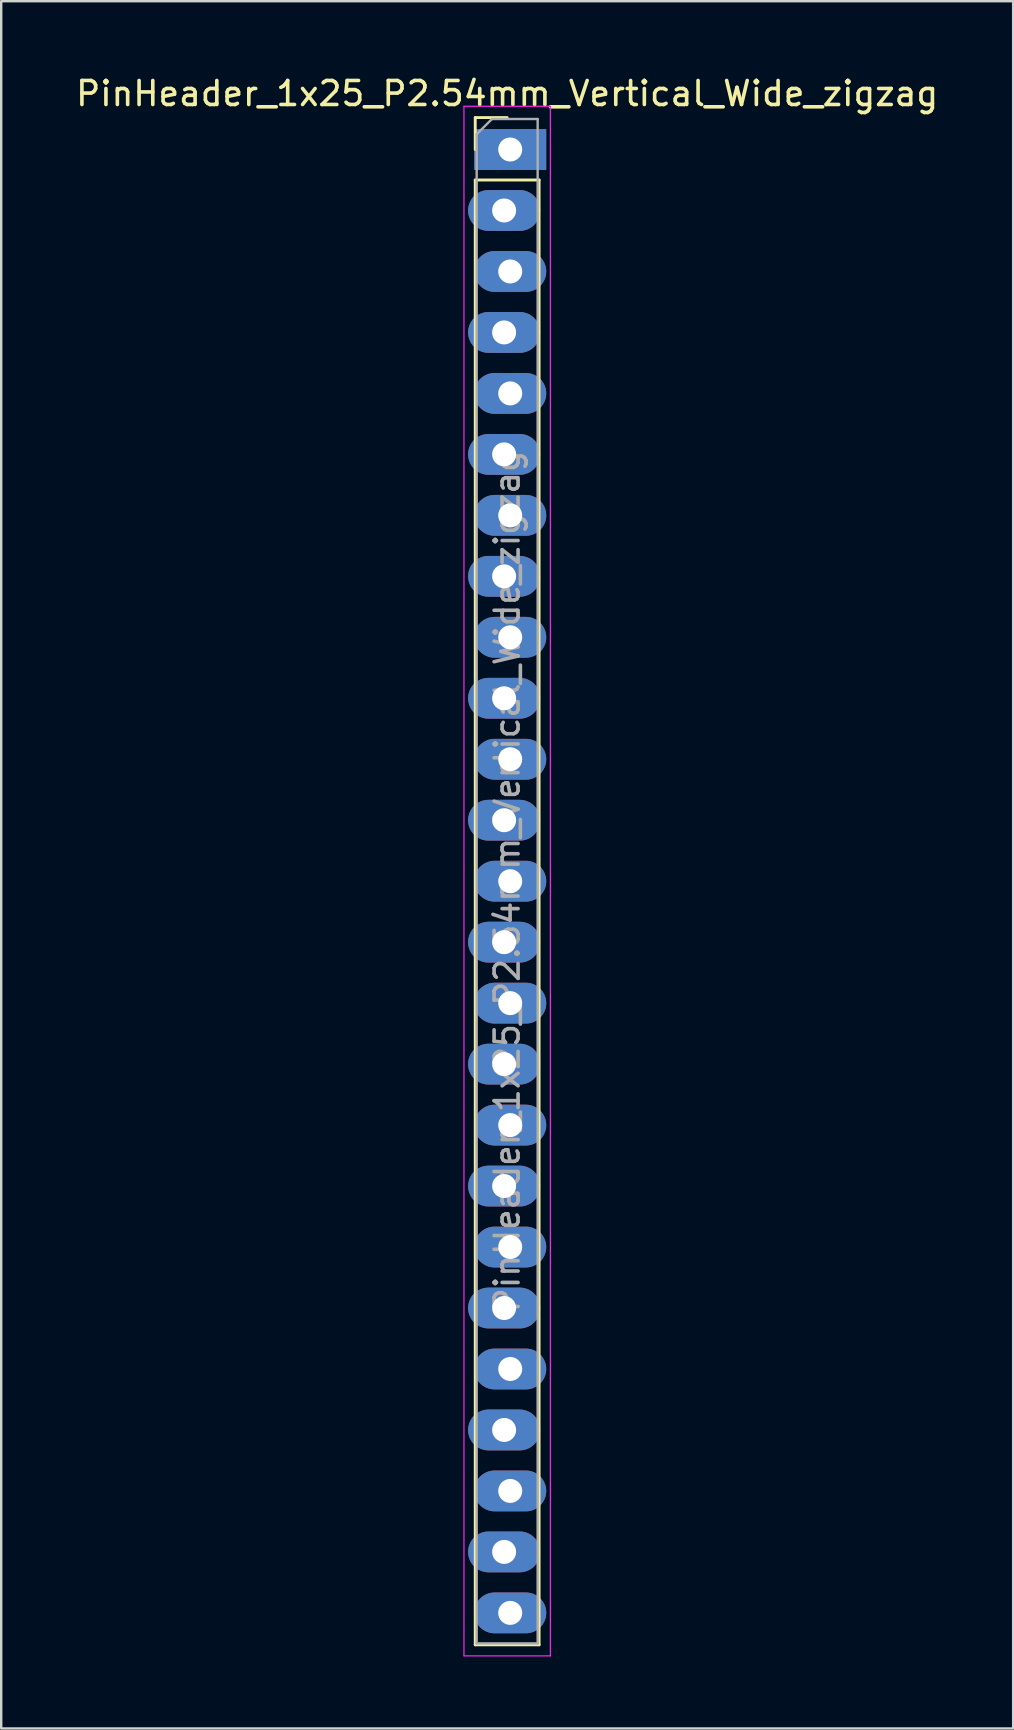
<source format=kicad_pcb>
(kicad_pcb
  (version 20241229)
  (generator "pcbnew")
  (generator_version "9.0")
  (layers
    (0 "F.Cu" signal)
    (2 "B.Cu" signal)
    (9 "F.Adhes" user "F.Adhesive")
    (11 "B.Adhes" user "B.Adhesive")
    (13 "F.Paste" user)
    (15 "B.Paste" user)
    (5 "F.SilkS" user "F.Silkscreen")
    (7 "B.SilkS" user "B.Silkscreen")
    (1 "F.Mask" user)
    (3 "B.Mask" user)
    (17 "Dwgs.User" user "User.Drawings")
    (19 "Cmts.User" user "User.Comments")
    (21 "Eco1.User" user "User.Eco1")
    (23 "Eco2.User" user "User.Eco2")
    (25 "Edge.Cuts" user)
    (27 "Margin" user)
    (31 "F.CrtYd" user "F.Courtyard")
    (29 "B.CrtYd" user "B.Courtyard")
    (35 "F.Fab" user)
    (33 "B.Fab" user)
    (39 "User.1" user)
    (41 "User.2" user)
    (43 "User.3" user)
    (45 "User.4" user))
  (footprint "PinHeader_1x25_P2.54mm_Vertical_Wide_zigzag"
    (layer "F.Cu")
    (at 18.077 3.178)
    (property "Reference" "PinHeader_1x25_P2.54mm_Vertical_Wide_zigzag" (at 0 -2.33 0) (layer "F.SilkS") (effects (font (size 1 1) (thickness 0.15))))
    (attr through_hole)
    (fp_line (start -1.33 -1.33) (end 0 -1.33) (stroke (width 0.12) (type solid)) (layer "F.SilkS"))
    (fp_line (start -1.33 0) (end -1.33 -1.33) (stroke (width 0.12) (type solid)) (layer "F.SilkS"))
    (fp_line (start -1.33 1.27) (end -1.33 62.29) (stroke (width 0.12) (type solid)) (layer "F.SilkS"))
    (fp_line (start -1.33 1.27) (end 1.33 1.27) (stroke (width 0.12) (type solid)) (layer "F.SilkS"))
    (fp_line (start -1.33 62.29) (end 1.33 62.29) (stroke (width 0.12) (type solid)) (layer "F.SilkS"))
    (fp_line (start 1.33 1.27) (end 1.33 62.29) (stroke (width 0.12) (type solid)) (layer "F.SilkS"))
    (fp_line (start -1.8 -1.8) (end -1.8 62.75) (stroke (width 0.05) (type solid)) (layer "F.CrtYd"))
    (fp_line (start -1.8 62.75) (end 1.8 62.75) (stroke (width 0.05) (type solid)) (layer "F.CrtYd"))
    (fp_line (start 1.8 -1.8) (end -1.8 -1.8) (stroke (width 0.05) (type solid)) (layer "F.CrtYd"))
    (fp_line (start 1.8 62.75) (end 1.8 -1.8) (stroke (width 0.05) (type solid)) (layer "F.CrtYd"))
    (fp_line (start -1.27 -0.635) (end -0.635 -1.27) (stroke (width 0.1) (type solid)) (layer "F.Fab"))
    (fp_line (start -1.27 62.23) (end -1.27 -0.635) (stroke (width 0.1) (type solid)) (layer "F.Fab"))
    (fp_line (start -0.635 -1.27) (end 1.27 -1.27) (stroke (width 0.1) (type solid)) (layer "F.Fab"))
    (fp_line (start 1.27 -1.27) (end 1.27 62.23) (stroke (width 0.1) (type solid)) (layer "F.Fab"))
    (fp_line (start 1.27 62.23) (end -1.27 62.23) (stroke (width 0.1) (type solid)) (layer "F.Fab"))
    (fp_text user "${REFERENCE}" (at 0 30.48 90) (layer "F.Fab") (effects (font (size 1 1) (thickness 0.15))))
    (pad "1" thru_hole rect (at 0.127 0) (size 3 1.7) (drill 1) (layers "*.Cu" "*.Mask"))
    (pad "2" thru_hole oval (at -0.127 2.54) (size 3 1.7) (drill 1) (layers "*.Cu" "*.Mask"))
    (pad "3" thru_hole oval (at 0.127 5.08) (size 3 1.7) (drill 1) (layers "*.Cu" "*.Mask"))
    (pad "4" thru_hole oval (at -0.127 7.62) (size 3 1.7) (drill 1) (layers "*.Cu" "*.Mask"))
    (pad "5" thru_hole oval (at 0.127 10.16) (size 3 1.7) (drill 1) (layers "*.Cu" "*.Mask"))
    (pad "6" thru_hole oval (at -0.127 12.7) (size 3 1.7) (drill 1) (layers "*.Cu" "*.Mask"))
    (pad "7" thru_hole oval (at 0.127 15.24) (size 3 1.7) (drill 1) (layers "*.Cu" "*.Mask"))
    (pad "8" thru_hole oval (at -0.127 17.78) (size 3 1.7) (drill 1) (layers "*.Cu" "*.Mask"))
    (pad "9" thru_hole oval (at 0.127 20.32) (size 3 1.7) (drill 1) (layers "*.Cu" "*.Mask"))
    (pad "10" thru_hole oval (at -0.127 22.86) (size 3 1.7) (drill 1) (layers "*.Cu" "*.Mask"))
    (pad "11" thru_hole oval (at 0.127 25.4) (size 3 1.7) (drill 1) (layers "*.Cu" "*.Mask"))
    (pad "12" thru_hole oval (at -0.127 27.94) (size 3 1.7) (drill 1) (layers "*.Cu" "*.Mask"))
    (pad "13" thru_hole oval (at 0.127 30.48) (size 3 1.7) (drill 1) (layers "*.Cu" "*.Mask"))
    (pad "14" thru_hole oval (at -0.127 33.02) (size 3 1.7) (drill 1) (layers "*.Cu" "*.Mask"))
    (pad "15" thru_hole oval (at 0.127 35.56) (size 3 1.7) (drill 1) (layers "*.Cu" "*.Mask"))
    (pad "16" thru_hole oval (at -0.127 38.1) (size 3 1.7) (drill 1) (layers "*.Cu" "*.Mask"))
    (pad "17" thru_hole oval (at 0.127 40.64) (size 3 1.7) (drill 1) (layers "*.Cu" "*.Mask"))
    (pad "18" thru_hole oval (at -0.127 43.18) (size 3 1.7) (drill 1) (layers "*.Cu" "*.Mask"))
    (pad "19" thru_hole oval (at 0.127 45.72) (size 3 1.7) (drill 1) (layers "*.Cu" "*.Mask"))
    (pad "20" thru_hole oval (at -0.127 48.26) (size 3 1.7) (drill 1) (layers "*.Cu" "*.Mask"))
    (pad "21" thru_hole oval (at 0.127 50.8) (size 3 1.7) (drill 1) (layers "*.Cu" "*.Mask"))
    (pad "22" thru_hole oval (at -0.127 53.34) (size 3 1.7) (drill 1) (layers "*.Cu" "*.Mask"))
    (pad "23" thru_hole oval (at 0.127 55.88) (size 3 1.7) (drill 1) (layers "*.Cu" "*.Mask"))
    (pad "24" thru_hole oval (at -0.127 58.42) (size 3 1.7) (drill 1) (layers "*.Cu" "*.Mask"))
    (pad "25" thru_hole oval (at 0.127 60.96) (size 3 1.7) (drill 1) (layers "*.Cu" "*.Mask")))
  (gr_rect
    (start -3 -3)
    (end 39.155 68.953)
    (stroke (width 0.1) (type default))
    (fill no)
    (layer "Edge.Cuts")))
</source>
